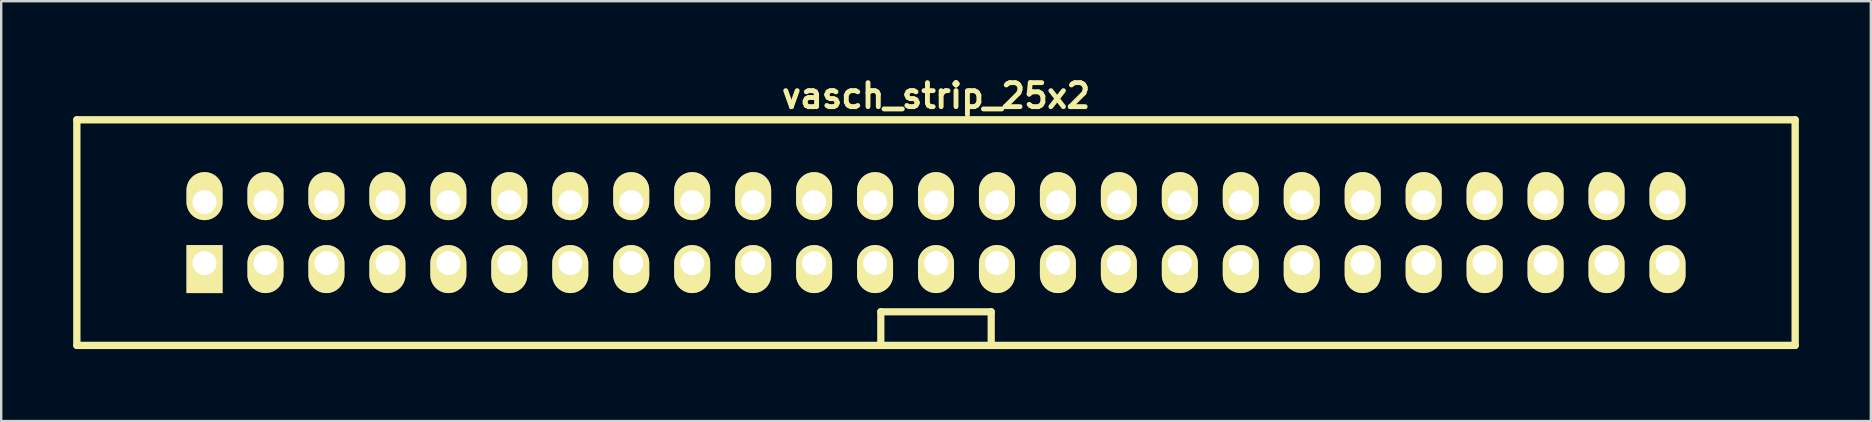
<source format=kicad_pcb>
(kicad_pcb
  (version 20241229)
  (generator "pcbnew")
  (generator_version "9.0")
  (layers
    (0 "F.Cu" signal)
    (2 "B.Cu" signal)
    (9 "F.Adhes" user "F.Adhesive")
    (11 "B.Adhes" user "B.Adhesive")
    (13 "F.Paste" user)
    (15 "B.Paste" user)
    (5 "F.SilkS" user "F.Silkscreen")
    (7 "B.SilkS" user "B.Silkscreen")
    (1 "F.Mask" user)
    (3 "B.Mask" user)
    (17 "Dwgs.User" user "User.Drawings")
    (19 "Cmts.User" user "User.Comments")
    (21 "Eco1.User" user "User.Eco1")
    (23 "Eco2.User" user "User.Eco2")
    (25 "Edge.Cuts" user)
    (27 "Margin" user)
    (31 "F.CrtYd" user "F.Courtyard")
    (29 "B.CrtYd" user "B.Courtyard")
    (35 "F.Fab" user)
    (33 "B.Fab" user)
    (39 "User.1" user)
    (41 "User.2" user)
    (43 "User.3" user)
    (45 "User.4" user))
  (footprint "vasch_strip_25x2"
    (layer "F.Cu")
    (at 35.952 6.642)
    (property "Reference" "vasch_strip_25x2" (at 0 -5.7 0) (layer "F.SilkS") (effects (font (size 1 1) (thickness 0.203))))
    (attr through_hole)
    (fp_line (start -35.8 -4.7) (end -35.8 4.7) (stroke (width 0.305) (type solid)) (layer "F.SilkS"))
    (fp_line (start -35.8 4.7) (end 35.8 4.7) (stroke (width 0.305) (type solid)) (layer "F.SilkS"))
    (fp_line (start -2.3 3.3) (end -2.3 4.7) (stroke (width 0.3) (type solid)) (layer "F.SilkS"))
    (fp_line (start 2.3 3.3) (end -2.3 3.3) (stroke (width 0.3) (type solid)) (layer "F.SilkS"))
    (fp_line (start 2.3 4.7) (end 2.3 3.3) (stroke (width 0.3) (type solid)) (layer "F.SilkS"))
    (fp_line (start 35.8 -4.7) (end -35.8 -4.7) (stroke (width 0.305) (type solid)) (layer "F.SilkS"))
    (fp_line (start 35.8 -4.7) (end 35.8 4.7) (stroke (width 0.305) (type solid)) (layer "F.SilkS"))
    (pad "1" thru_hole rect (at -30.48 1.27) (size 1.5 2) (drill 1 (offset 0 0.25)) (layers "*.Cu" "*.Mask" "F.SilkS"))
    (pad "2" thru_hole oval (at -30.48 -1.27) (size 1.5 2) (drill 1 (offset 0 -0.25)) (layers "*.Cu" "*.Mask" "F.SilkS"))
    (pad "3" thru_hole oval (at -27.94 1.27) (size 1.5 2) (drill 1 (offset 0 0.25)) (layers "*.Cu" "*.Mask" "F.SilkS"))
    (pad "4" thru_hole oval (at -27.94 -1.27) (size 1.5 2) (drill 1 (offset 0 -0.25)) (layers "*.Cu" "*.Mask" "F.SilkS"))
    (pad "5" thru_hole oval (at -25.4 1.27) (size 1.5 2) (drill 1 (offset 0 0.25)) (layers "*.Cu" "*.Mask" "F.SilkS"))
    (pad "6" thru_hole oval (at -25.4 -1.27) (size 1.5 2) (drill 1 (offset 0 -0.25)) (layers "*.Cu" "*.Mask" "F.SilkS"))
    (pad "7" thru_hole oval (at -22.86 1.27) (size 1.5 2) (drill 1 (offset 0 0.25)) (layers "*.Cu" "*.Mask" "F.SilkS"))
    (pad "8" thru_hole oval (at -22.86 -1.27) (size 1.5 2) (drill 1 (offset 0 -0.25)) (layers "*.Cu" "*.Mask" "F.SilkS"))
    (pad "9" thru_hole oval (at -20.32 1.27) (size 1.5 2) (drill 1 (offset 0 0.25)) (layers "*.Cu" "*.Mask" "F.SilkS"))
    (pad "10" thru_hole oval (at -20.32 -1.27) (size 1.5 2) (drill 1 (offset 0 -0.25)) (layers "*.Cu" "*.Mask" "F.SilkS"))
    (pad "11" thru_hole oval (at -17.78 1.27) (size 1.5 2) (drill 1 (offset 0 0.25)) (layers "*.Cu" "*.Mask" "F.SilkS"))
    (pad "12" thru_hole oval (at -17.78 -1.27) (size 1.5 2) (drill 1 (offset 0 -0.25)) (layers "*.Cu" "*.Mask" "F.SilkS"))
    (pad "13" thru_hole oval (at -15.24 1.27) (size 1.5 2) (drill 1 (offset 0 0.25)) (layers "*.Cu" "*.Mask" "F.SilkS"))
    (pad "14" thru_hole oval (at -15.24 -1.27) (size 1.5 2) (drill 1 (offset 0 -0.25)) (layers "*.Cu" "*.Mask" "F.SilkS"))
    (pad "15" thru_hole oval (at -12.7 1.27) (size 1.5 2) (drill 1 (offset 0 0.25)) (layers "*.Cu" "*.Mask" "F.SilkS"))
    (pad "16" thru_hole oval (at -12.7 -1.27) (size 1.5 2) (drill 1 (offset 0 -0.25)) (layers "*.Cu" "*.Mask" "F.SilkS"))
    (pad "17" thru_hole oval (at -10.16 1.27) (size 1.5 2) (drill 1 (offset 0 0.25)) (layers "*.Cu" "*.Mask" "F.SilkS"))
    (pad "18" thru_hole oval (at -10.16 -1.27) (size 1.5 2) (drill 1 (offset 0 -0.25)) (layers "*.Cu" "*.Mask" "F.SilkS"))
    (pad "19" thru_hole oval (at -7.62 1.27) (size 1.5 2) (drill 1 (offset 0 0.25)) (layers "*.Cu" "*.Mask" "F.SilkS"))
    (pad "20" thru_hole oval (at -7.62 -1.27) (size 1.5 2) (drill 1 (offset 0 -0.25)) (layers "*.Cu" "*.Mask" "F.SilkS"))
    (pad "21" thru_hole oval (at -5.08 1.27) (size 1.5 2) (drill 1 (offset 0 0.25)) (layers "*.Cu" "*.Mask" "F.SilkS"))
    (pad "22" thru_hole oval (at -5.08 -1.27) (size 1.5 2) (drill 1 (offset 0 -0.25)) (layers "*.Cu" "*.Mask" "F.SilkS"))
    (pad "23" thru_hole oval (at -2.54 1.27) (size 1.5 2) (drill 1 (offset 0 0.25)) (layers "*.Cu" "*.Mask" "F.SilkS"))
    (pad "24" thru_hole oval (at -2.54 -1.27) (size 1.5 2) (drill 1 (offset 0 -0.25)) (layers "*.Cu" "*.Mask" "F.SilkS"))
    (pad "25" thru_hole oval (at 0 1.27) (size 1.5 2) (drill 1 (offset 0 0.25)) (layers "*.Cu" "*.Mask" "F.SilkS"))
    (pad "26" thru_hole oval (at 0 -1.27) (size 1.5 2) (drill 1 (offset 0 -0.25)) (layers "*.Cu" "*.Mask" "F.SilkS"))
    (pad "27" thru_hole oval (at 2.54 1.27) (size 1.5 2) (drill 1 (offset 0 0.25)) (layers "*.Cu" "*.Mask" "F.SilkS"))
    (pad "28" thru_hole oval (at 2.54 -1.27) (size 1.5 2) (drill 1 (offset 0 -0.25)) (layers "*.Cu" "*.Mask" "F.SilkS"))
    (pad "29" thru_hole oval (at 5.08 1.27) (size 1.5 2) (drill 1 (offset 0 0.25)) (layers "*.Cu" "*.Mask" "F.SilkS"))
    (pad "30" thru_hole oval (at 5.08 -1.27) (size 1.5 2) (drill 1 (offset 0 -0.25)) (layers "*.Cu" "*.Mask" "F.SilkS"))
    (pad "31" thru_hole oval (at 7.62 1.27) (size 1.5 2) (drill 1 (offset 0 0.25)) (layers "*.Cu" "*.Mask" "F.SilkS"))
    (pad "32" thru_hole oval (at 7.62 -1.27) (size 1.5 2) (drill 1 (offset 0 -0.25)) (layers "*.Cu" "*.Mask" "F.SilkS"))
    (pad "33" thru_hole oval (at 10.16 1.27) (size 1.5 2) (drill 1 (offset 0 0.25)) (layers "*.Cu" "*.Mask" "F.SilkS"))
    (pad "34" thru_hole oval (at 10.16 -1.27) (size 1.5 2) (drill 1 (offset 0 -0.25)) (layers "*.Cu" "*.Mask" "F.SilkS"))
    (pad "35" thru_hole oval (at 12.7 1.27) (size 1.5 2) (drill 1 (offset 0 0.25)) (layers "*.Cu" "*.Mask" "F.SilkS"))
    (pad "36" thru_hole oval (at 12.7 -1.27) (size 1.5 2) (drill 1 (offset 0 -0.25)) (layers "*.Cu" "*.Mask" "F.SilkS"))
    (pad "37" thru_hole oval (at 15.24 1.27) (size 1.5 2) (drill 1 (offset 0 0.25)) (layers "*.Cu" "*.Mask" "F.SilkS"))
    (pad "38" thru_hole oval (at 15.24 -1.27) (size 1.5 2) (drill 1 (offset 0 -0.25)) (layers "*.Cu" "*.Mask" "F.SilkS"))
    (pad "39" thru_hole oval (at 17.78 1.27) (size 1.5 2) (drill 1 (offset 0 0.25)) (layers "*.Cu" "*.Mask" "F.SilkS"))
    (pad "40" thru_hole oval (at 17.78 -1.27) (size 1.5 2) (drill 1 (offset 0 -0.25)) (layers "*.Cu" "*.Mask" "F.SilkS"))
    (pad "41" thru_hole oval (at 20.32 1.27) (size 1.5 2) (drill 1 (offset 0 0.25)) (layers "*.Cu" "*.Mask" "F.SilkS"))
    (pad "42" thru_hole oval (at 20.32 -1.27) (size 1.5 2) (drill 1 (offset 0 -0.25)) (layers "*.Cu" "*.Mask" "F.SilkS"))
    (pad "43" thru_hole oval (at 22.86 1.27) (size 1.5 2) (drill 1 (offset 0 0.25)) (layers "*.Cu" "*.Mask" "F.SilkS"))
    (pad "44" thru_hole oval (at 22.86 -1.27) (size 1.5 2) (drill 1 (offset 0 -0.25)) (layers "*.Cu" "*.Mask" "F.SilkS"))
    (pad "45" thru_hole oval (at 25.4 1.27) (size 1.5 2) (drill 1 (offset 0 0.25)) (layers "*.Cu" "*.Mask" "F.SilkS"))
    (pad "46" thru_hole oval (at 25.4 -1.27) (size 1.5 2) (drill 1 (offset 0 -0.25)) (layers "*.Cu" "*.Mask" "F.SilkS"))
    (pad "47" thru_hole oval (at 27.94 1.27) (size 1.5 2) (drill 1 (offset 0 0.25)) (layers "*.Cu" "*.Mask" "F.SilkS"))
    (pad "48" thru_hole oval (at 27.94 -1.27) (size 1.5 2) (drill 1 (offset 0 -0.25)) (layers "*.Cu" "*.Mask" "F.SilkS"))
    (pad "49" thru_hole oval (at 30.48 1.27) (size 1.5 2) (drill 1 (offset 0 0.25)) (layers "*.Cu" "*.Mask" "F.SilkS"))
    (pad "50" thru_hole oval (at 30.48 -1.27) (size 1.5 2) (drill 1 (offset 0 -0.25)) (layers "*.Cu" "*.Mask" "F.SilkS")))
  (gr_rect
    (start -3 -3)
    (end 74.905 14.494)
    (stroke (width 0.1) (type default))
    (fill no)
    (layer "Edge.Cuts")))
</source>
